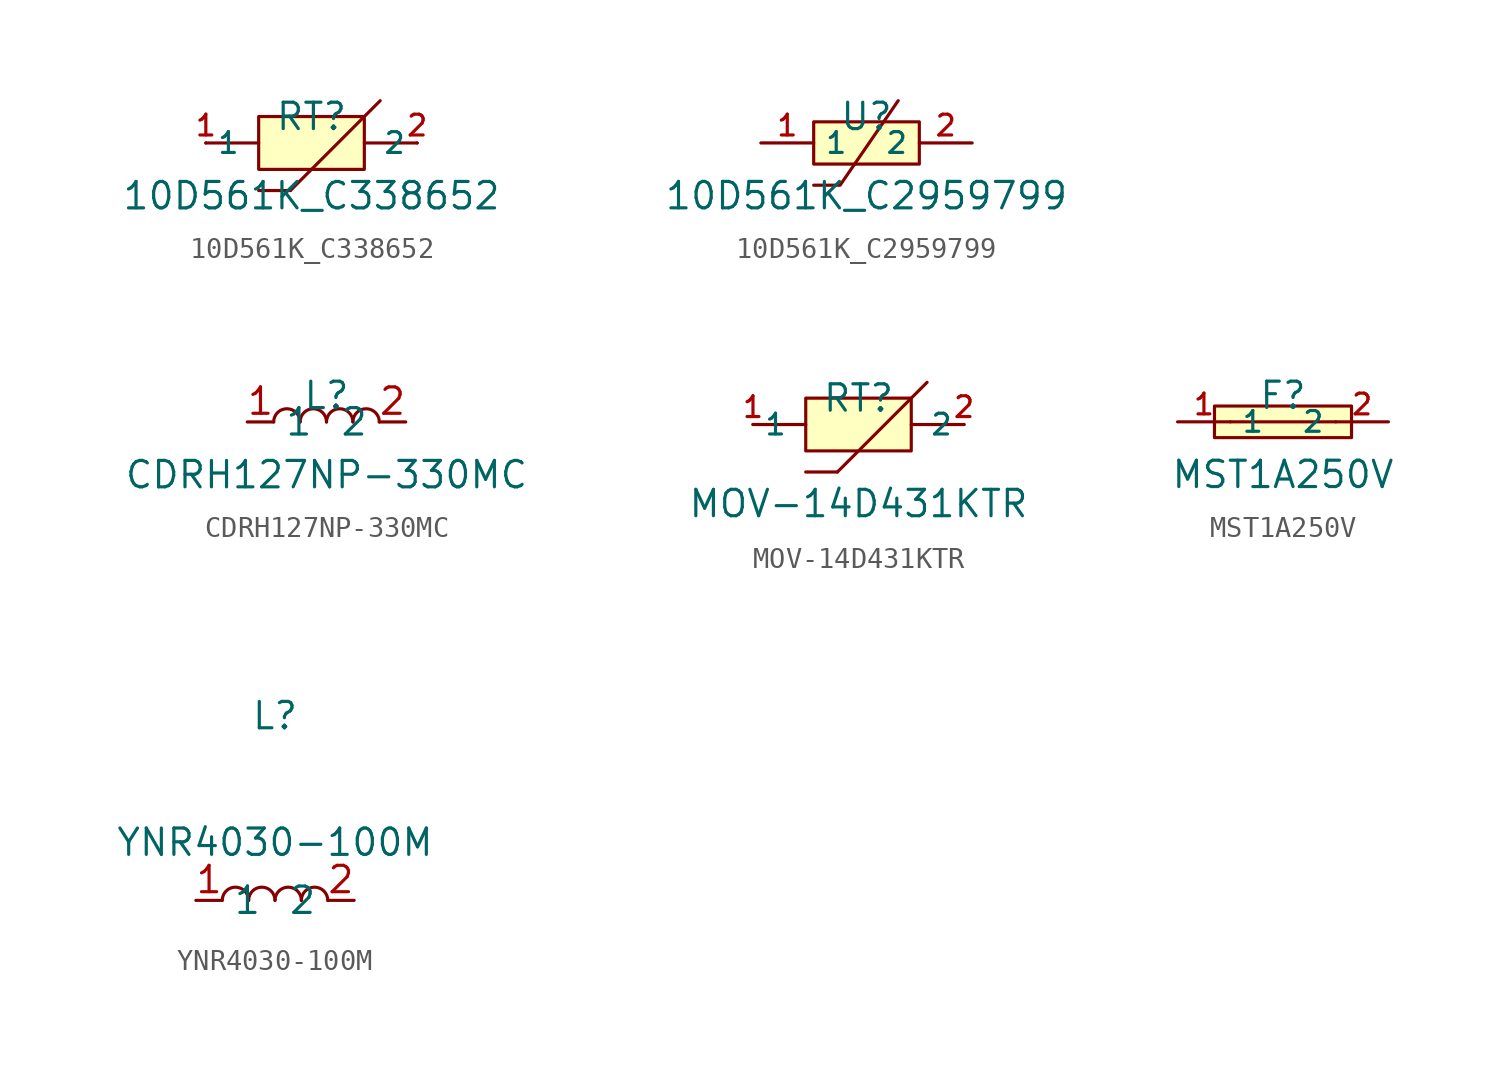
<source format=kicad_sym>
(kicad_symbol_lib
  (version 20231120)
  (generator "kicad_symbol_editor")
  (generator_version "8.0")
  (symbol "10D561K_C338652"
    (property "Reference" "RT"
      (at 0 1.27 0)
      (effects (font (size 1.27 1.27))))
    (property "Value" "10D561K_C338652"
      (at 0 -2.54 0)
      (effects (font (size 1.27 1.27))))
    (symbol "10D561K_C338652_0_1"
      (rectangle (start -2.54 1.27) (end 2.54 -1.27) (stroke (width 0) (type default)) (fill (type background)))
      (polyline (pts (xy -5.08 0) (xy -2.54 0)) (stroke (width 0) (type default)) (fill (type none)))
      (polyline (pts (xy -1.016 -2.286) (xy -2.54 -2.286)) (stroke (width 0) (type default)) (fill (type none)))
      (polyline (pts (xy 2.54 0) (xy 5.08 0)) (stroke (width 0) (type default)) (fill (type none)))
      (polyline (pts (xy 3.302 2.032) (xy -1.016 -2.286)) (stroke (width 0) (type default)) (fill (type none)))
      (pin unspecified line (at -5.08 0 0) (length 0) (name "1" (effects (font (size 1 1)))) (number "1" (effects (font (size 1 1)))))
      (pin unspecified line (at 5.08 0 180) (length 0) (name "2" (effects (font (size 1 1)))) (number "2" (effects (font (size 1 1)))))))
  (symbol "10D561K_C2959799"
    (property "Reference" "U"
      (at 0 1.27 0)
      (effects (font (size 1.27 1.27))))
    (property "Value" "10D561K_C2959799"
      (at 0 -2.54 0)
      (effects (font (size 1.27 1.27))))
    (symbol "10D561K_C2959799_0_1"
      (rectangle (start -2.54 1.016) (end 2.54 -1.016) (stroke (width 0) (type default)) (fill (type background)))
      (polyline (pts (xy 1.524 2.032) (xy -1.27 -2.032) (xy -2.54 -2.032)) (stroke (width 0) (type default)) (fill (type none)))
      (pin unspecified line (at -5.08 0 0) (length 2.54) (name "1" (effects (font (size 1 1)))) (number "1" (effects (font (size 1 1)))))
      (pin unspecified line (at 5.08 0 180) (length 2.54) (name "2" (effects (font (size 1 1)))) (number "2" (effects (font (size 1 1)))))))
  (symbol "CDRH127NP-330MC"
    (property "Reference" "L"
      (at 0 1.27 0)
      (effects (font (size 1.27 1.27))))
    (property "Value" "CDRH127NP-330MC"
      (at 0 -2.54 0)
      (effects (font (size 1.27 1.27))))
    (symbol "CDRH127NP-330MC_0_1"
      (arc (start -1.27 0) (mid -1.905 0.6323) (end -2.54 0) (stroke (width 0) (type default)) (fill (type none)))
      (arc (start 0 0) (mid -0.635 0.6323) (end -1.27 0) (stroke (width 0) (type default)) (fill (type none)))
      (arc (start 1.27 0) (mid 0.635 0.6323) (end 0 0) (stroke (width 0) (type default)) (fill (type none)))
      (arc (start 2.54 0) (mid 1.905 0.6323) (end 1.27 0) (stroke (width 0) (type default)) (fill (type none))))
    (symbol "CDRH127NP-330MC_1_1"
      (pin passive line (at -3.81 0 0) (length 1.27) (name "1" (effects (font (size 1.27 1.27)))) (number "1" (effects (font (size 1.27 1.27)))))
      (pin passive line (at 3.81 0 180) (length 1.27) (name "2" (effects (font (size 1.27 1.27)))) (number "2" (effects (font (size 1.27 1.27)))))))
  (symbol "MOV-14D431KTR"
    (property "Reference" "RT"
      (at 0 1.27 0)
      (effects (font (size 1.27 1.27))))
    (property "Value" "MOV-14D431KTR "
      (at 0 -3.81 0)
      (effects (font (size 1.27 1.27))))
    (symbol "MOV-14D431KTR_0_1"
      (rectangle (start -2.54 1.27) (end 2.54 -1.27) (stroke (width 0) (type default)) (fill (type background)))
      (polyline (pts (xy -5.08 0) (xy -2.54 0)) (stroke (width 0) (type default)) (fill (type none)))
      (polyline (pts (xy -1.016 -2.286) (xy -2.54 -2.286)) (stroke (width 0) (type default)) (fill (type none)))
      (polyline (pts (xy 2.54 0) (xy 5.08 0)) (stroke (width 0) (type default)) (fill (type none)))
      (polyline (pts (xy 3.302 2.032) (xy -1.016 -2.286)) (stroke (width 0) (type default)) (fill (type none)))
      (pin unspecified line (at -5.08 0 0) (length 0) (name "1" (effects (font (size 1 1)))) (number "1" (effects (font (size 1 1)))))
      (pin unspecified line (at 5.08 0 180) (length 0) (name "2" (effects (font (size 1 1)))) (number "2" (effects (font (size 1 1)))))))
  (symbol "MST1A250V"
    (property "Reference" "F"
      (at 0 1.27 0)
      (effects (font (size 1.27 1.27))))
    (property "Value" "MST1A250V"
      (at 0 -2.54 0)
      (effects (font (size 1.27 1.27))))
    (symbol "MST1A250V_0_1"
      (rectangle (start -3.302 0.762) (end 3.302 -0.762) (stroke (width 0) (type default)) (fill (type background)))
      (polyline (pts (xy -2.54 0) (xy 2.54 0)) (stroke (width 0) (type default)) (fill (type none)))
      (pin unspecified line (at -5.08 0 0) (length 2.54) (name "1" (effects (font (size 1 1)))) (number "1" (effects (font (size 1 1)))))
      (pin unspecified line (at 5.08 0 180) (length 2.54) (name "2" (effects (font (size 1 1)))) (number "2" (effects (font (size 1 1)))))))
  (symbol "YNR4030-100M"
    (property "Reference" "L"
      (at 0 8.89 0)
      (effects (font (size 1.27 1.27))))
    (property "Value" "YNR4030-100M"
      (at 0 2.794 0)
      (effects (font (size 1.27 1.27))))
    (symbol "YNR4030-100M_0_1"
      (arc (start -1.27 0) (mid -1.905 0.6323) (end -2.54 0) (stroke (width 0) (type default)) (fill (type none)))
      (arc (start 0 0) (mid -0.635 0.6323) (end -1.27 0) (stroke (width 0) (type default)) (fill (type none)))
      (arc (start 1.27 0) (mid 0.635 0.6323) (end 0 0) (stroke (width 0) (type default)) (fill (type none)))
      (arc (start 2.54 0) (mid 1.905 0.6323) (end 1.27 0) (stroke (width 0) (type default)) (fill (type none))))
    (symbol "YNR4030-100M_1_1"
      (pin passive line (at -3.81 0 0) (length 1.27) (name "1" (effects (font (size 1.27 1.27)))) (number "1" (effects (font (size 1.27 1.27)))))
      (pin passive line (at 3.81 0 180) (length 1.27) (name "2" (effects (font (size 1.27 1.27)))) (number "2" (effects (font (size 1.27 1.27))))))))
</source>
